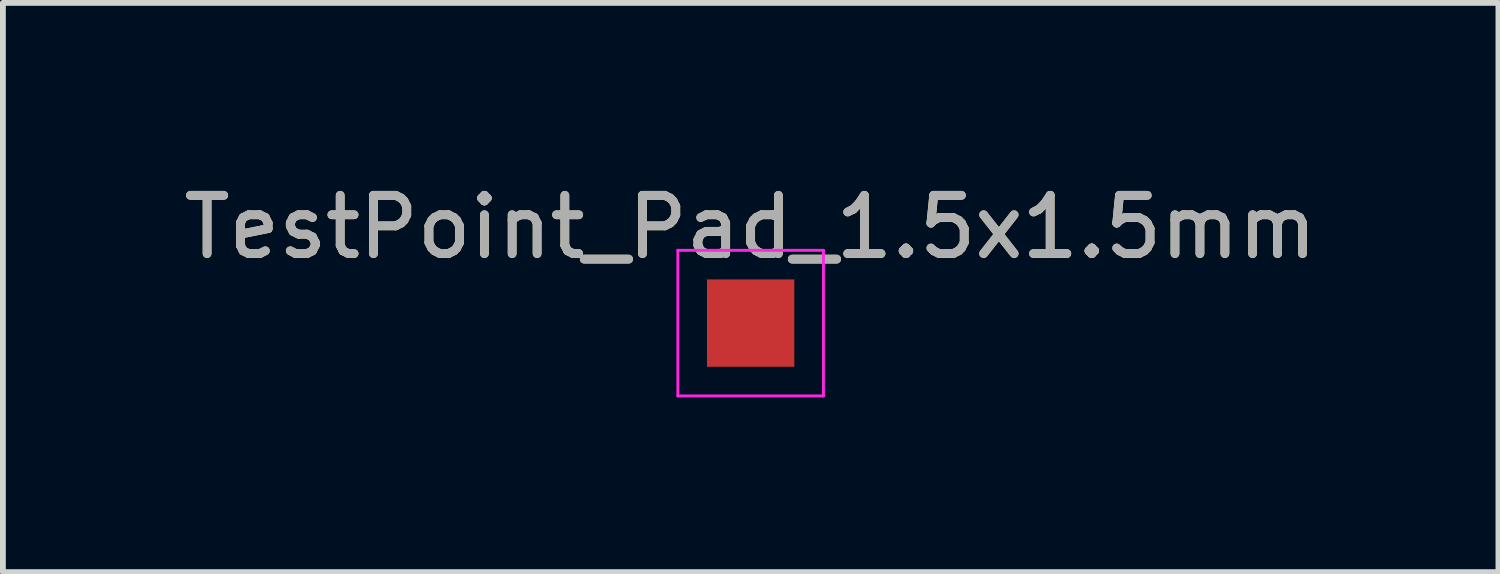
<source format=kicad_pcb>
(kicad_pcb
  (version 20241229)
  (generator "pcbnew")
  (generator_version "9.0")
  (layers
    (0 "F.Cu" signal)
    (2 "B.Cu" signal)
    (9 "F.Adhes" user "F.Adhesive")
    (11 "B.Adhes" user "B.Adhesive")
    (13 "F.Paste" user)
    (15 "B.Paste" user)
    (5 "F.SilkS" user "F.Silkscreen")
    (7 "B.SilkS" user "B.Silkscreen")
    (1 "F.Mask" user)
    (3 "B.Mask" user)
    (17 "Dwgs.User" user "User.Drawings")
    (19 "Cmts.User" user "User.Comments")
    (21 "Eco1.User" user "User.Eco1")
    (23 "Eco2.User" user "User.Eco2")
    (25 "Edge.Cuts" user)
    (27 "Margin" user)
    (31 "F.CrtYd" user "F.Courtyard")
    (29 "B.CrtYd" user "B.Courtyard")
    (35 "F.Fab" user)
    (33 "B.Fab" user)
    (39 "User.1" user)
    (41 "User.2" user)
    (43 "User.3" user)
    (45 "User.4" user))
  (footprint "TestPoint_Pad_1.5x1.5mm"
    (layer "F.Cu")
    (at 9.839 2.498)
    (property "Reference" "TestPoint_Pad_1.5x1.5mm" (at 0 -1.648 0) (layer "F.SilkS") (effects (font (size 1 1) (thickness 0.15))))
    (attr exclude_from_pos_files exclude_from_bom)
    (fp_line (start -1.25 -1.25) (end -1.25 1.25) (stroke (width 0.05) (type solid)) (layer "F.CrtYd"))
    (fp_line (start -1.25 -1.25) (end 1.25 -1.25) (stroke (width 0.05) (type solid)) (layer "F.CrtYd"))
    (fp_line (start 1.25 1.25) (end -1.25 1.25) (stroke (width 0.05) (type solid)) (layer "F.CrtYd"))
    (fp_line (start 1.25 1.25) (end 1.25 -1.25) (stroke (width 0.05) (type solid)) (layer "F.CrtYd"))
    (fp_text user "${REFERENCE}" (at 0 -1.65 0) (layer "F.Fab") (effects (font (size 1 1) (thickness 0.15))))
    (pad "1" smd rect (at 0 0) (size 1.5 1.5) (layers "F.Cu" "F.Mask")))
  (gr_rect
    (start -3 -3)
    (end 22.679 6.773)
    (stroke (width 0.1) (type default))
    (fill no)
    (layer "Edge.Cuts")))
</source>
